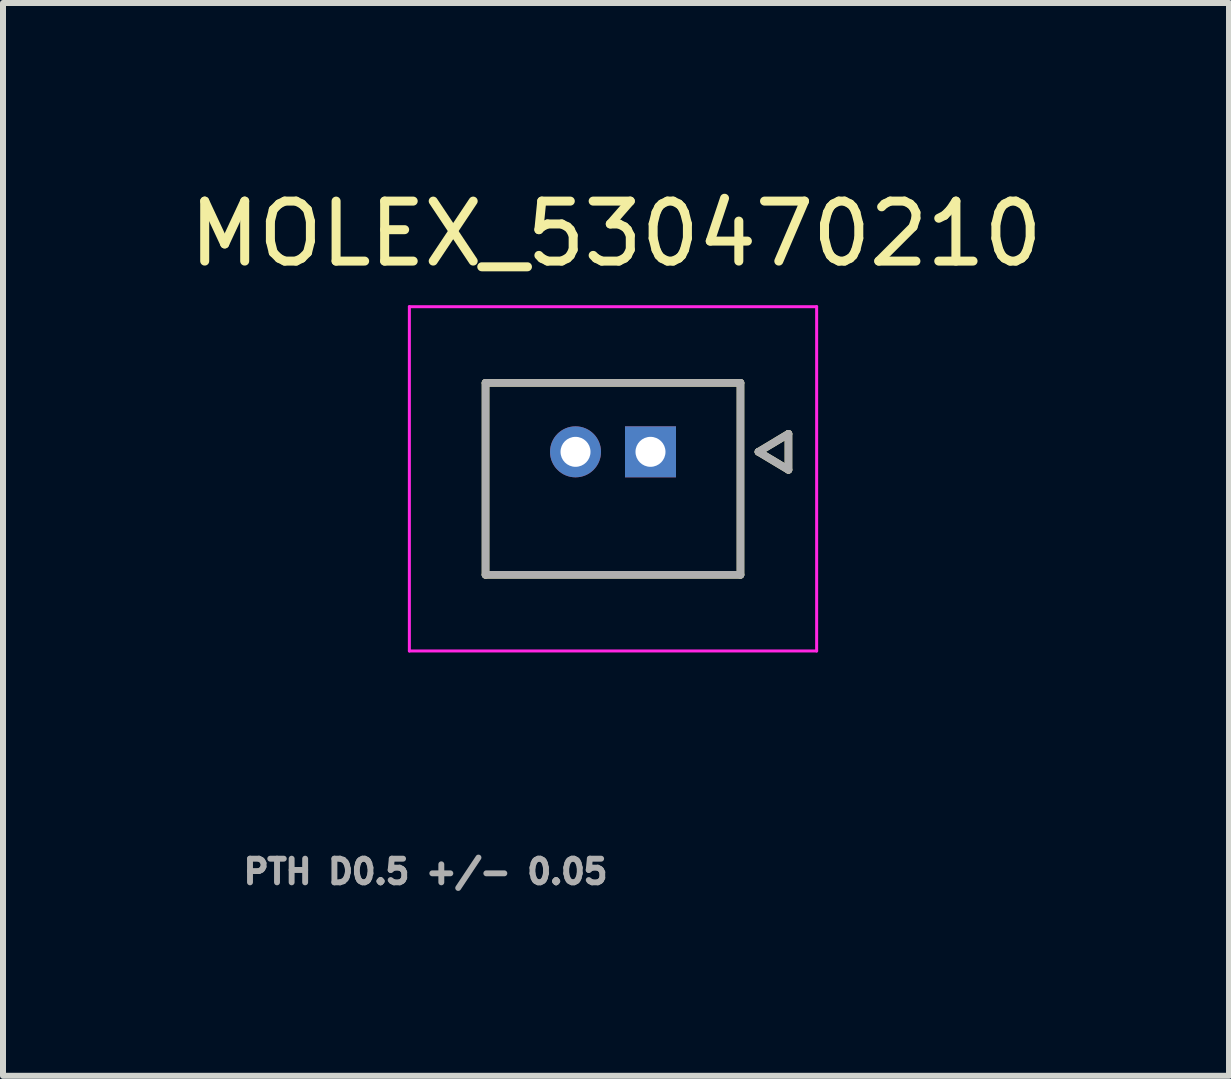
<source format=kicad_pcb>
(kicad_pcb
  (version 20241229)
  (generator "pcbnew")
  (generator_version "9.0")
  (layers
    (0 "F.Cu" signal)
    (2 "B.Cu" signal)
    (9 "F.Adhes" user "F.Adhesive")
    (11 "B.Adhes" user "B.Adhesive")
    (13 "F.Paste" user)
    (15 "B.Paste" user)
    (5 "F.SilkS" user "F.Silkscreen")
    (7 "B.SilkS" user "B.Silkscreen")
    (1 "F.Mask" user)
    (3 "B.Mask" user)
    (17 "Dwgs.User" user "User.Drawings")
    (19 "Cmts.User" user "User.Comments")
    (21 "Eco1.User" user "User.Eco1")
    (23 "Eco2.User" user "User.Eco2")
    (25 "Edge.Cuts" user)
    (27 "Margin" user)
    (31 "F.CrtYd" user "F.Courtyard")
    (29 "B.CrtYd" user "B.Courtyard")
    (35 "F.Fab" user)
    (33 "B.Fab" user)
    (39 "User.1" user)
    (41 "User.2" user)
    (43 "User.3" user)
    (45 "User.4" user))
  (footprint "MOLEX_530470210"
    (layer "F.Cu")
    (at 7.795 4.483)
    (property "Reference" "MOLEX_530470210" (at -0.575 -3.635 0) (layer "F.SilkS") (effects (font (size 1 1) (thickness 0.15))))
    (attr through_hole)
    (fp_circle (center -1.25 0) (end -0.999 0) (stroke (width 0.501) (type solid)) (fill no) (layer "F.Mask"))
    (fp_poly (pts (xy -0.501 -0.501) (xy 0.501 -0.501) (xy 0.501 0.501) (xy -0.501 0.501)) (stroke (width 0.01) (type solid)) (fill yes) (layer "F.Mask"))
    (fp_circle (center -1.25 0) (end -0.999 0) (stroke (width 0.501) (type solid)) (fill no) (layer "B.Mask"))
    (fp_poly (pts (xy -0.501 -0.501) (xy 0.501 -0.501) (xy 0.501 0.501) (xy -0.501 0.501)) (stroke (width 0.01) (type solid)) (fill yes) (layer "B.Mask"))
    (fp_line (start -2.75 -1.15) (end 1.5 -1.15) (stroke (width 0.127) (type solid)) (layer "F.SilkS"))
    (fp_line (start -2.75 2.05) (end -2.75 -1.15) (stroke (width 0.127) (type solid)) (layer "F.SilkS"))
    (fp_line (start 1.5 -1.15) (end 1.5 2.05) (stroke (width 0.127) (type solid)) (layer "F.SilkS"))
    (fp_line (start 1.5 2.05) (end -2.75 2.05) (stroke (width 0.127) (type solid)) (layer "F.SilkS"))
    (fp_line (start 1.8 0) (end 2.3 -0.3) (stroke (width 0.127) (type solid)) (layer "F.SilkS"))
    (fp_line (start 2.3 -0.3) (end 2.3 0.3) (stroke (width 0.127) (type solid)) (layer "F.SilkS"))
    (fp_line (start 2.3 0.3) (end 1.8 0) (stroke (width 0.127) (type solid)) (layer "F.SilkS"))
    (fp_line (start -4.02 -2.42) (end 2.77 -2.42) (stroke (width 0.05) (type solid)) (layer "F.CrtYd"))
    (fp_line (start -4.02 3.32) (end -4.02 -2.42) (stroke (width 0.05) (type solid)) (layer "F.CrtYd"))
    (fp_line (start 2.77 -2.42) (end 2.77 3.32) (stroke (width 0.05) (type solid)) (layer "F.CrtYd"))
    (fp_line (start 2.77 3.32) (end -4.02 3.32) (stroke (width 0.05) (type solid)) (layer "F.CrtYd"))
    (fp_line (start -2.75 -1.15) (end 1.5 -1.15) (stroke (width 0.127) (type solid)) (layer "F.Fab"))
    (fp_line (start -2.75 2.05) (end -2.75 -1.15) (stroke (width 0.127) (type solid)) (layer "F.Fab"))
    (fp_line (start 1.5 -1.15) (end 1.5 2.05) (stroke (width 0.127) (type solid)) (layer "F.Fab"))
    (fp_line (start 1.5 2.05) (end -2.75 2.05) (stroke (width 0.127) (type solid)) (layer "F.Fab"))
    (fp_line (start 1.8 0) (end 2.3 -0.3) (stroke (width 0.127) (type solid)) (layer "F.Fab"))
    (fp_line (start 2.3 -0.3) (end 2.3 0.3) (stroke (width 0.127) (type solid)) (layer "F.Fab"))
    (fp_line (start 2.3 0.3) (end 1.8 0) (stroke (width 0.127) (type solid)) (layer "F.Fab"))
    (fp_text user "PTH D0.5 +/- 0.05" (at -3.75 7 0) (layer "F.Fab") (effects (font (size 0.394 0.394) (thickness 0.15))))
    (pad "1" thru_hole rect (at 0 0) (size 0.85 0.85) (drill 0.5) (layers "*.Cu"))
    (pad "2" thru_hole circle (at -1.25 0) (size 0.85 0.85) (drill 0.5) (layers "*.Cu")))
  (gr_rect
    (start -3 -3)
    (end 17.44 14.886)
    (stroke (width 0.1) (type default))
    (fill no)
    (layer "Edge.Cuts")))
</source>
